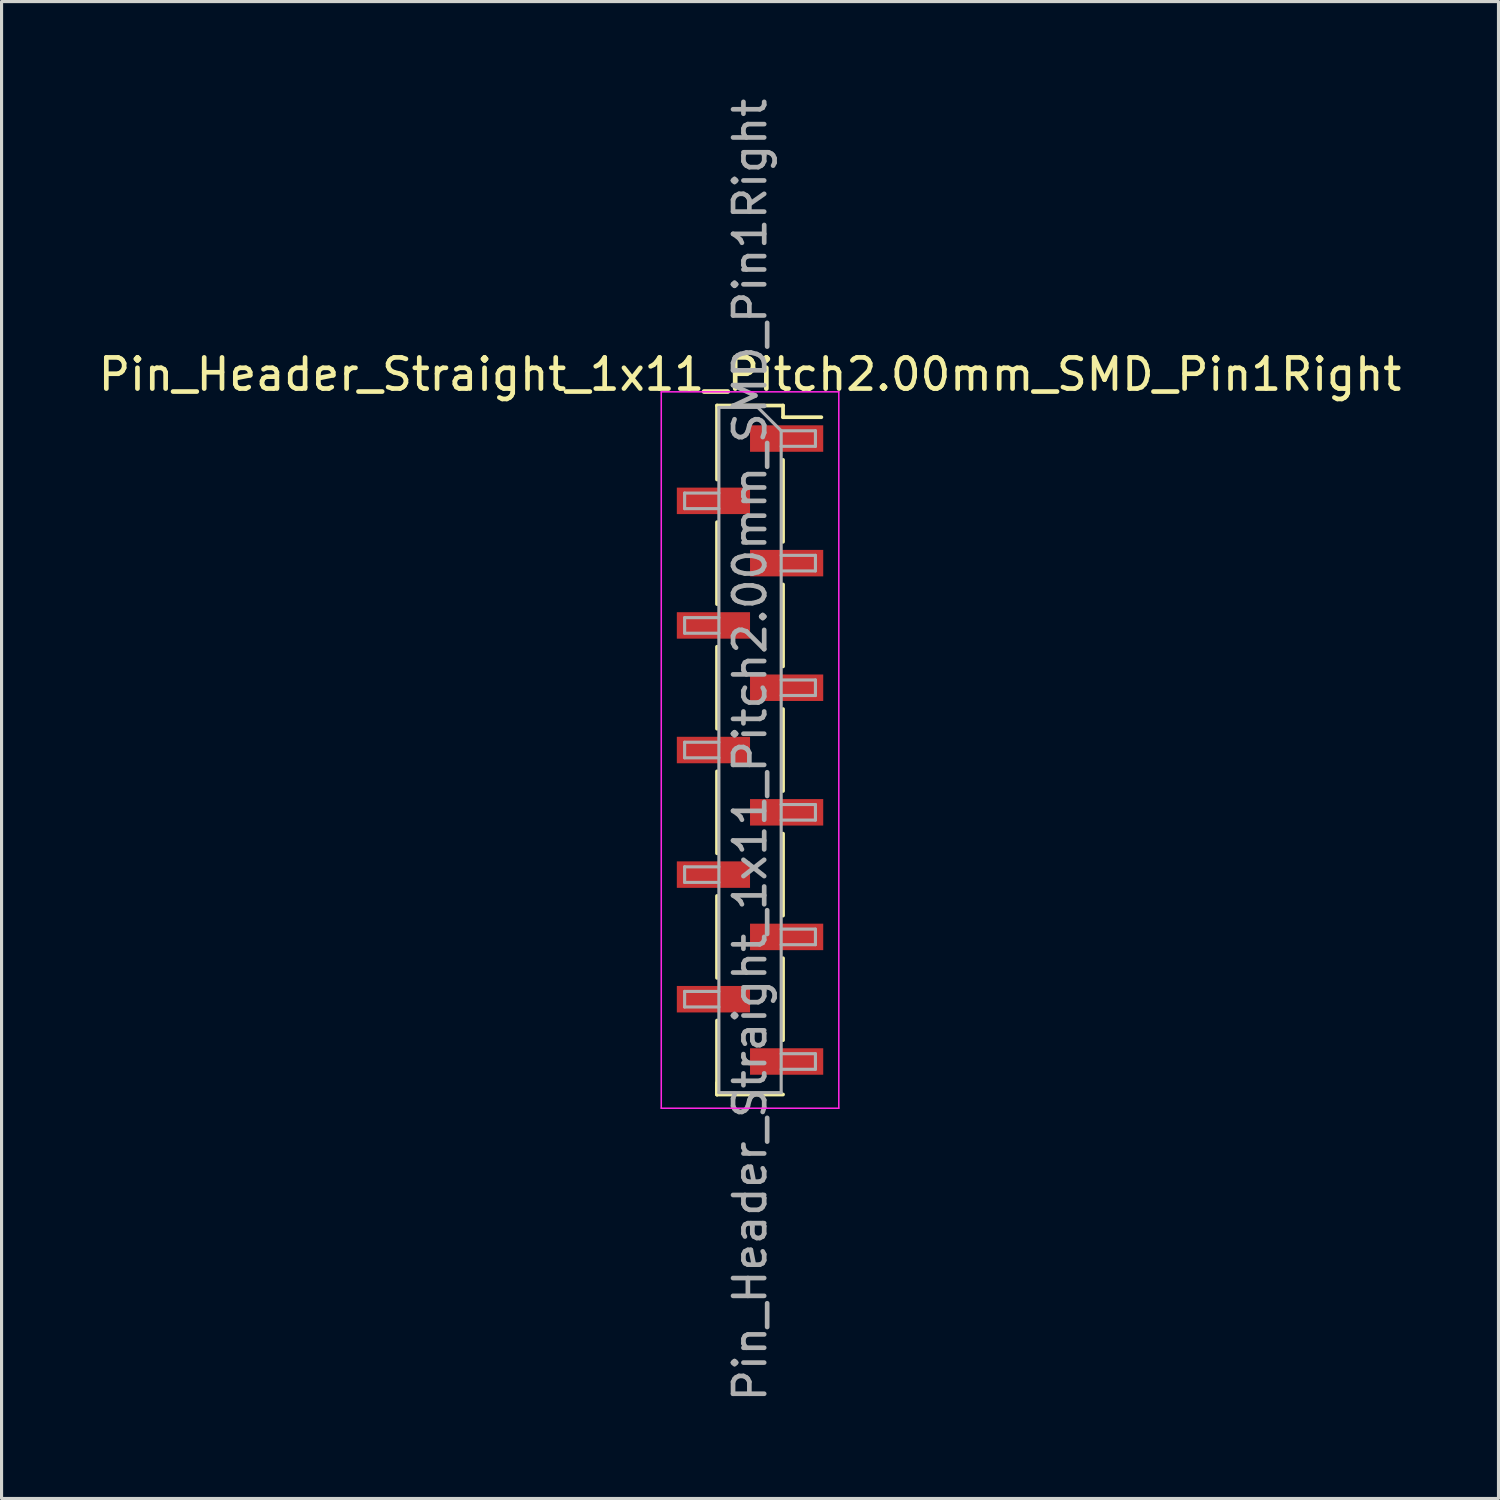
<source format=kicad_pcb>
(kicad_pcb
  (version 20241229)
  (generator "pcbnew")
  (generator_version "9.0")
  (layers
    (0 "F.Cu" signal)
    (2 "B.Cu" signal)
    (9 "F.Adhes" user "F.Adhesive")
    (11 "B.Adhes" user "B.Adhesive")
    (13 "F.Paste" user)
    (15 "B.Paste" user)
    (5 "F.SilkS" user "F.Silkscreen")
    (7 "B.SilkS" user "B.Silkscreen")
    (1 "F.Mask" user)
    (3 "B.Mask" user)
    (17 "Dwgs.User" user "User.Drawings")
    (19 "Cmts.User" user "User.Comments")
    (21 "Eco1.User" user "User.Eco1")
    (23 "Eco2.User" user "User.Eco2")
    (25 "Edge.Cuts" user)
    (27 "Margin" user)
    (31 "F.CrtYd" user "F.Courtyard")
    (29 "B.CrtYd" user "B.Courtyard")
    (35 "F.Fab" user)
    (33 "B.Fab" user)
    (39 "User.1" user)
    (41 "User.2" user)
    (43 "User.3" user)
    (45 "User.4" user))
  (footprint "Pin_Header_Straight_1x11_Pitch2.00mm_SMD_Pin1Right"
    (layer "F.Cu")
    (at 21.03 21.03)
    (property "Reference" "Pin_Header_Straight_1x11_Pitch2.00mm_SMD_Pin1Right" (at 0 -12.06 0) (layer "F.SilkS") (effects (font (size 1 1) (thickness 0.15))))
    (attr smd)
    (fp_line (start -1.06 -11.06) (end -1.06 -8.685) (stroke (width 0.12) (type solid)) (layer "F.SilkS"))
    (fp_line (start -1.06 -11.06) (end 1.06 -11.06) (stroke (width 0.12) (type solid)) (layer "F.SilkS"))
    (fp_line (start -1.06 -7.315) (end -1.06 -4.685) (stroke (width 0.12) (type solid)) (layer "F.SilkS"))
    (fp_line (start -1.06 -3.315) (end -1.06 -0.685) (stroke (width 0.12) (type solid)) (layer "F.SilkS"))
    (fp_line (start -1.06 0.685) (end -1.06 3.315) (stroke (width 0.12) (type solid)) (layer "F.SilkS"))
    (fp_line (start -1.06 4.685) (end -1.06 7.315) (stroke (width 0.12) (type solid)) (layer "F.SilkS"))
    (fp_line (start -1.06 8.685) (end -1.06 11.06) (stroke (width 0.12) (type solid)) (layer "F.SilkS"))
    (fp_line (start -1.06 10.685) (end -1.06 11.06) (stroke (width 0.12) (type solid)) (layer "F.SilkS"))
    (fp_line (start -1.06 11.06) (end 1.06 11.06) (stroke (width 0.12) (type solid)) (layer "F.SilkS"))
    (fp_line (start 1.06 -11.06) (end 1.06 -10.685) (stroke (width 0.12) (type solid)) (layer "F.SilkS"))
    (fp_line (start 1.06 -10.685) (end 2.29 -10.685) (stroke (width 0.12) (type solid)) (layer "F.SilkS"))
    (fp_line (start 1.06 -9.315) (end 1.06 -6.685) (stroke (width 0.12) (type solid)) (layer "F.SilkS"))
    (fp_line (start 1.06 -5.315) (end 1.06 -2.685) (stroke (width 0.12) (type solid)) (layer "F.SilkS"))
    (fp_line (start 1.06 -1.315) (end 1.06 1.315) (stroke (width 0.12) (type solid)) (layer "F.SilkS"))
    (fp_line (start 1.06 2.685) (end 1.06 5.315) (stroke (width 0.12) (type solid)) (layer "F.SilkS"))
    (fp_line (start 1.06 6.685) (end 1.06 9.315) (stroke (width 0.12) (type solid)) (layer "F.SilkS"))
    (fp_line (start -2.85 -11.5) (end -2.85 11.5) (stroke (width 0.05) (type solid)) (layer "F.CrtYd"))
    (fp_line (start -2.85 11.5) (end 2.85 11.5) (stroke (width 0.05) (type solid)) (layer "F.CrtYd"))
    (fp_line (start 2.85 -11.5) (end -2.85 -11.5) (stroke (width 0.05) (type solid)) (layer "F.CrtYd"))
    (fp_line (start 2.85 11.5) (end 2.85 -11.5) (stroke (width 0.05) (type solid)) (layer "F.CrtYd"))
    (fp_line (start -2.1 -8.25) (end -2.1 -7.75) (stroke (width 0.1) (type solid)) (layer "F.Fab"))
    (fp_line (start -2.1 -7.75) (end -1 -7.75) (stroke (width 0.1) (type solid)) (layer "F.Fab"))
    (fp_line (start -2.1 -4.25) (end -2.1 -3.75) (stroke (width 0.1) (type solid)) (layer "F.Fab"))
    (fp_line (start -2.1 -3.75) (end -1 -3.75) (stroke (width 0.1) (type solid)) (layer "F.Fab"))
    (fp_line (start -2.1 -0.25) (end -2.1 0.25) (stroke (width 0.1) (type solid)) (layer "F.Fab"))
    (fp_line (start -2.1 0.25) (end -1 0.25) (stroke (width 0.1) (type solid)) (layer "F.Fab"))
    (fp_line (start -2.1 3.75) (end -2.1 4.25) (stroke (width 0.1) (type solid)) (layer "F.Fab"))
    (fp_line (start -2.1 4.25) (end -1 4.25) (stroke (width 0.1) (type solid)) (layer "F.Fab"))
    (fp_line (start -2.1 7.75) (end -2.1 8.25) (stroke (width 0.1) (type solid)) (layer "F.Fab"))
    (fp_line (start -2.1 8.25) (end -1 8.25) (stroke (width 0.1) (type solid)) (layer "F.Fab"))
    (fp_line (start -1 -11) (end -1 11) (stroke (width 0.1) (type solid)) (layer "F.Fab"))
    (fp_line (start -1 -11) (end 0.25 -11) (stroke (width 0.1) (type solid)) (layer "F.Fab"))
    (fp_line (start -1 -8.25) (end -2.1 -8.25) (stroke (width 0.1) (type solid)) (layer "F.Fab"))
    (fp_line (start -1 -4.25) (end -2.1 -4.25) (stroke (width 0.1) (type solid)) (layer "F.Fab"))
    (fp_line (start -1 -0.25) (end -2.1 -0.25) (stroke (width 0.1) (type solid)) (layer "F.Fab"))
    (fp_line (start -1 3.75) (end -2.1 3.75) (stroke (width 0.1) (type solid)) (layer "F.Fab"))
    (fp_line (start -1 7.75) (end -2.1 7.75) (stroke (width 0.1) (type solid)) (layer "F.Fab"))
    (fp_line (start 1 -10.25) (end 0.25 -11) (stroke (width 0.1) (type solid)) (layer "F.Fab"))
    (fp_line (start 1 -10.25) (end 2.1 -10.25) (stroke (width 0.1) (type solid)) (layer "F.Fab"))
    (fp_line (start 1 -6.25) (end 2.1 -6.25) (stroke (width 0.1) (type solid)) (layer "F.Fab"))
    (fp_line (start 1 -2.25) (end 2.1 -2.25) (stroke (width 0.1) (type solid)) (layer "F.Fab"))
    (fp_line (start 1 1.75) (end 2.1 1.75) (stroke (width 0.1) (type solid)) (layer "F.Fab"))
    (fp_line (start 1 5.75) (end 2.1 5.75) (stroke (width 0.1) (type solid)) (layer "F.Fab"))
    (fp_line (start 1 9.75) (end 2.1 9.75) (stroke (width 0.1) (type solid)) (layer "F.Fab"))
    (fp_line (start 1 11) (end -1 11) (stroke (width 0.1) (type solid)) (layer "F.Fab"))
    (fp_line (start 1 11) (end 1 -10.25) (stroke (width 0.1) (type solid)) (layer "F.Fab"))
    (fp_line (start 2.1 -10.25) (end 2.1 -9.75) (stroke (width 0.1) (type solid)) (layer "F.Fab"))
    (fp_line (start 2.1 -9.75) (end 1 -9.75) (stroke (width 0.1) (type solid)) (layer "F.Fab"))
    (fp_line (start 2.1 -6.25) (end 2.1 -5.75) (stroke (width 0.1) (type solid)) (layer "F.Fab"))
    (fp_line (start 2.1 -5.75) (end 1 -5.75) (stroke (width 0.1) (type solid)) (layer "F.Fab"))
    (fp_line (start 2.1 -2.25) (end 2.1 -1.75) (stroke (width 0.1) (type solid)) (layer "F.Fab"))
    (fp_line (start 2.1 -1.75) (end 1 -1.75) (stroke (width 0.1) (type solid)) (layer "F.Fab"))
    (fp_line (start 2.1 1.75) (end 2.1 2.25) (stroke (width 0.1) (type solid)) (layer "F.Fab"))
    (fp_line (start 2.1 2.25) (end 1 2.25) (stroke (width 0.1) (type solid)) (layer "F.Fab"))
    (fp_line (start 2.1 5.75) (end 2.1 6.25) (stroke (width 0.1) (type solid)) (layer "F.Fab"))
    (fp_line (start 2.1 6.25) (end 1 6.25) (stroke (width 0.1) (type solid)) (layer "F.Fab"))
    (fp_line (start 2.1 9.75) (end 2.1 10.25) (stroke (width 0.1) (type solid)) (layer "F.Fab"))
    (fp_line (start 2.1 10.25) (end 1 10.25) (stroke (width 0.1) (type solid)) (layer "F.Fab"))
    (fp_text user "${REFERENCE}" (at 0 0 90) (layer "F.Fab") (effects (font (size 1 1) (thickness 0.15))))
    (pad "1" smd rect (at 1.175 -10) (size 2.35 0.85) (layers "F.Cu" "F.Mask" "F.Paste"))
    (pad "2" smd rect (at -1.175 -8) (size 2.35 0.85) (layers "F.Cu" "F.Mask" "F.Paste"))
    (pad "3" smd rect (at 1.175 -6) (size 2.35 0.85) (layers "F.Cu" "F.Mask" "F.Paste"))
    (pad "4" smd rect (at -1.175 -4) (size 2.35 0.85) (layers "F.Cu" "F.Mask" "F.Paste"))
    (pad "5" smd rect (at 1.175 -2) (size 2.35 0.85) (layers "F.Cu" "F.Mask" "F.Paste"))
    (pad "6" smd rect (at -1.175 0) (size 2.35 0.85) (layers "F.Cu" "F.Mask" "F.Paste"))
    (pad "7" smd rect (at 1.175 2) (size 2.35 0.85) (layers "F.Cu" "F.Mask" "F.Paste"))
    (pad "8" smd rect (at -1.175 4) (size 2.35 0.85) (layers "F.Cu" "F.Mask" "F.Paste"))
    (pad "9" smd rect (at 1.175 6) (size 2.35 0.85) (layers "F.Cu" "F.Mask" "F.Paste"))
    (pad "10" smd rect (at -1.175 8) (size 2.35 0.85) (layers "F.Cu" "F.Mask" "F.Paste"))
    (pad "11" smd rect (at 1.175 10) (size 2.35 0.85) (layers "F.Cu" "F.Mask" "F.Paste")))
  (gr_rect
    (start -3 -3)
    (end 45.06 45.06)
    (stroke (width 0.1) (type default))
    (fill no)
    (layer "Edge.Cuts")))
</source>
